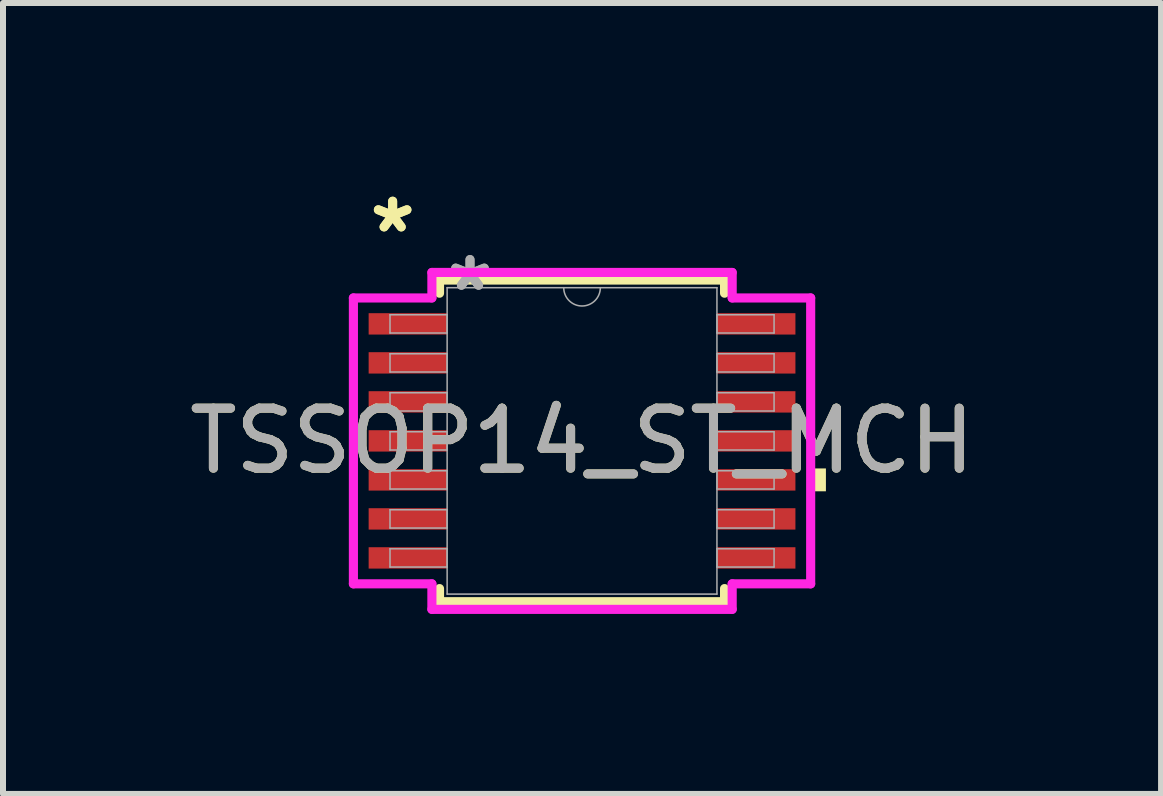
<source format=kicad_pcb>
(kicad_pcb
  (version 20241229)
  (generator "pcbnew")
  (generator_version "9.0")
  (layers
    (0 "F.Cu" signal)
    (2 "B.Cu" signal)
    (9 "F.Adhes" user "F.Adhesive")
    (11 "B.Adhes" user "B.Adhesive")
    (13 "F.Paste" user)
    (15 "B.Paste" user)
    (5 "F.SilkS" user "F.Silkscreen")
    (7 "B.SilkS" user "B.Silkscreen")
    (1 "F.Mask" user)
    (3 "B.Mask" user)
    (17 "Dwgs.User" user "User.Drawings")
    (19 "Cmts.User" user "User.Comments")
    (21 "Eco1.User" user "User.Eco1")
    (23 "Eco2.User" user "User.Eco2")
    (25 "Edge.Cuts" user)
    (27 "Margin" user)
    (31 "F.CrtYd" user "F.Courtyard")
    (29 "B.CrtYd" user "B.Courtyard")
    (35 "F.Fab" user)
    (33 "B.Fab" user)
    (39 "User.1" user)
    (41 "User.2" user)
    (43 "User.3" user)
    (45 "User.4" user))
  (footprint "TSSOP14_ST_MCH"
    (layer "F.Cu")
    (at 6.649 4.297)
    (property "Reference" "TSSOP14_ST_MCH" (at 0 0 0) (unlocked yes) (layer "F.SilkS") (effects (font (size 1 1) (thickness 0.15))))
    (attr smd)
    (fp_line (start -2.375 -2.68) (end -2.375 -2.461) (stroke (width 0.152) (type solid)) (layer "F.SilkS"))
    (fp_line (start -2.375 2.461) (end -2.375 2.68) (stroke (width 0.152) (type solid)) (layer "F.SilkS"))
    (fp_line (start -2.375 2.68) (end 2.375 2.68) (stroke (width 0.152) (type solid)) (layer "F.SilkS"))
    (fp_line (start 2.375 -2.68) (end -2.375 -2.68) (stroke (width 0.152) (type solid)) (layer "F.SilkS"))
    (fp_line (start 2.375 -2.461) (end 2.375 -2.68) (stroke (width 0.152) (type solid)) (layer "F.SilkS"))
    (fp_line (start 2.375 2.68) (end 2.375 2.461) (stroke (width 0.152) (type solid)) (layer "F.SilkS"))
    (fp_poly (pts (xy 4.064 0.459) (xy 4.064 0.84) (xy 3.81 0.84) (xy 3.81 0.459)) (stroke (width 0) (type solid)) (fill yes) (layer "F.SilkS"))
    (fp_line (start -3.81 -2.382) (end -2.502 -2.382) (stroke (width 0.152) (type solid)) (layer "F.CrtYd"))
    (fp_line (start -3.81 2.382) (end -3.81 -2.382) (stroke (width 0.152) (type solid)) (layer "F.CrtYd"))
    (fp_line (start -3.81 2.382) (end -2.502 2.382) (stroke (width 0.152) (type solid)) (layer "F.CrtYd"))
    (fp_line (start -2.502 -2.807) (end 2.502 -2.807) (stroke (width 0.152) (type solid)) (layer "F.CrtYd"))
    (fp_line (start -2.502 -2.382) (end -2.502 -2.807) (stroke (width 0.152) (type solid)) (layer "F.CrtYd"))
    (fp_line (start -2.502 2.807) (end -2.502 2.382) (stroke (width 0.152) (type solid)) (layer "F.CrtYd"))
    (fp_line (start 2.502 -2.807) (end 2.502 -2.382) (stroke (width 0.152) (type solid)) (layer "F.CrtYd"))
    (fp_line (start 2.502 2.382) (end 2.502 2.807) (stroke (width 0.152) (type solid)) (layer "F.CrtYd"))
    (fp_line (start 2.502 2.807) (end -2.502 2.807) (stroke (width 0.152) (type solid)) (layer "F.CrtYd"))
    (fp_line (start 3.81 -2.382) (end 2.502 -2.382) (stroke (width 0.152) (type solid)) (layer "F.CrtYd"))
    (fp_line (start 3.81 -2.382) (end 3.81 2.382) (stroke (width 0.152) (type solid)) (layer "F.CrtYd"))
    (fp_line (start 3.81 2.382) (end 2.502 2.382) (stroke (width 0.152) (type solid)) (layer "F.CrtYd"))
    (fp_line (start -3.2 -2.102) (end -3.2 -1.798) (stroke (width 0.025) (type solid)) (layer "F.Fab"))
    (fp_line (start -3.2 -1.798) (end -2.248 -1.798) (stroke (width 0.025) (type solid)) (layer "F.Fab"))
    (fp_line (start -3.2 -1.452) (end -3.2 -1.148) (stroke (width 0.025) (type solid)) (layer "F.Fab"))
    (fp_line (start -3.2 -1.148) (end -2.248 -1.148) (stroke (width 0.025) (type solid)) (layer "F.Fab"))
    (fp_line (start -3.2 -0.802) (end -3.2 -0.498) (stroke (width 0.025) (type solid)) (layer "F.Fab"))
    (fp_line (start -3.2 -0.498) (end -2.248 -0.498) (stroke (width 0.025) (type solid)) (layer "F.Fab"))
    (fp_line (start -3.2 -0.152) (end -3.2 0.152) (stroke (width 0.025) (type solid)) (layer "F.Fab"))
    (fp_line (start -3.2 0.152) (end -2.248 0.152) (stroke (width 0.025) (type solid)) (layer "F.Fab"))
    (fp_line (start -3.2 0.498) (end -3.2 0.802) (stroke (width 0.025) (type solid)) (layer "F.Fab"))
    (fp_line (start -3.2 0.802) (end -2.248 0.802) (stroke (width 0.025) (type solid)) (layer "F.Fab"))
    (fp_line (start -3.2 1.148) (end -3.2 1.452) (stroke (width 0.025) (type solid)) (layer "F.Fab"))
    (fp_line (start -3.2 1.452) (end -2.248 1.452) (stroke (width 0.025) (type solid)) (layer "F.Fab"))
    (fp_line (start -3.2 1.798) (end -3.2 2.102) (stroke (width 0.025) (type solid)) (layer "F.Fab"))
    (fp_line (start -3.2 2.102) (end -2.248 2.102) (stroke (width 0.025) (type solid)) (layer "F.Fab"))
    (fp_line (start -2.248 -2.553) (end -2.248 2.553) (stroke (width 0.025) (type solid)) (layer "F.Fab"))
    (fp_line (start -2.248 -2.102) (end -3.2 -2.102) (stroke (width 0.025) (type solid)) (layer "F.Fab"))
    (fp_line (start -2.248 -1.798) (end -2.248 -2.102) (stroke (width 0.025) (type solid)) (layer "F.Fab"))
    (fp_line (start -2.248 -1.452) (end -3.2 -1.452) (stroke (width 0.025) (type solid)) (layer "F.Fab"))
    (fp_line (start -2.248 -1.148) (end -2.248 -1.452) (stroke (width 0.025) (type solid)) (layer "F.Fab"))
    (fp_line (start -2.248 -0.802) (end -3.2 -0.802) (stroke (width 0.025) (type solid)) (layer "F.Fab"))
    (fp_line (start -2.248 -0.498) (end -2.248 -0.802) (stroke (width 0.025) (type solid)) (layer "F.Fab"))
    (fp_line (start -2.248 -0.152) (end -3.2 -0.152) (stroke (width 0.025) (type solid)) (layer "F.Fab"))
    (fp_line (start -2.248 0.152) (end -2.248 -0.152) (stroke (width 0.025) (type solid)) (layer "F.Fab"))
    (fp_line (start -2.248 0.498) (end -3.2 0.498) (stroke (width 0.025) (type solid)) (layer "F.Fab"))
    (fp_line (start -2.248 0.802) (end -2.248 0.498) (stroke (width 0.025) (type solid)) (layer "F.Fab"))
    (fp_line (start -2.248 1.148) (end -3.2 1.148) (stroke (width 0.025) (type solid)) (layer "F.Fab"))
    (fp_line (start -2.248 1.452) (end -2.248 1.148) (stroke (width 0.025) (type solid)) (layer "F.Fab"))
    (fp_line (start -2.248 1.798) (end -3.2 1.798) (stroke (width 0.025) (type solid)) (layer "F.Fab"))
    (fp_line (start -2.248 2.102) (end -2.248 1.798) (stroke (width 0.025) (type solid)) (layer "F.Fab"))
    (fp_line (start -2.248 2.553) (end 2.248 2.553) (stroke (width 0.025) (type solid)) (layer "F.Fab"))
    (fp_line (start 2.248 -2.553) (end -2.248 -2.553) (stroke (width 0.025) (type solid)) (layer "F.Fab"))
    (fp_line (start 2.248 -2.102) (end 2.248 -1.798) (stroke (width 0.025) (type solid)) (layer "F.Fab"))
    (fp_line (start 2.248 -1.798) (end 3.2 -1.798) (stroke (width 0.025) (type solid)) (layer "F.Fab"))
    (fp_line (start 2.248 -1.452) (end 2.248 -1.148) (stroke (width 0.025) (type solid)) (layer "F.Fab"))
    (fp_line (start 2.248 -1.148) (end 3.2 -1.148) (stroke (width 0.025) (type solid)) (layer "F.Fab"))
    (fp_line (start 2.248 -0.802) (end 2.248 -0.498) (stroke (width 0.025) (type solid)) (layer "F.Fab"))
    (fp_line (start 2.248 -0.498) (end 3.2 -0.498) (stroke (width 0.025) (type solid)) (layer "F.Fab"))
    (fp_line (start 2.248 -0.152) (end 2.248 0.152) (stroke (width 0.025) (type solid)) (layer "F.Fab"))
    (fp_line (start 2.248 0.152) (end 3.2 0.152) (stroke (width 0.025) (type solid)) (layer "F.Fab"))
    (fp_line (start 2.248 0.498) (end 2.248 0.802) (stroke (width 0.025) (type solid)) (layer "F.Fab"))
    (fp_line (start 2.248 0.802) (end 3.2 0.802) (stroke (width 0.025) (type solid)) (layer "F.Fab"))
    (fp_line (start 2.248 1.148) (end 2.248 1.452) (stroke (width 0.025) (type solid)) (layer "F.Fab"))
    (fp_line (start 2.248 1.452) (end 3.2 1.452) (stroke (width 0.025) (type solid)) (layer "F.Fab"))
    (fp_line (start 2.248 1.798) (end 2.248 2.102) (stroke (width 0.025) (type solid)) (layer "F.Fab"))
    (fp_line (start 2.248 2.102) (end 3.2 2.102) (stroke (width 0.025) (type solid)) (layer "F.Fab"))
    (fp_line (start 2.248 2.553) (end 2.248 -2.553) (stroke (width 0.025) (type solid)) (layer "F.Fab"))
    (fp_line (start 3.2 -2.102) (end 2.248 -2.102) (stroke (width 0.025) (type solid)) (layer "F.Fab"))
    (fp_line (start 3.2 -1.798) (end 3.2 -2.102) (stroke (width 0.025) (type solid)) (layer "F.Fab"))
    (fp_line (start 3.2 -1.452) (end 2.248 -1.452) (stroke (width 0.025) (type solid)) (layer "F.Fab"))
    (fp_line (start 3.2 -1.148) (end 3.2 -1.452) (stroke (width 0.025) (type solid)) (layer "F.Fab"))
    (fp_line (start 3.2 -0.802) (end 2.248 -0.802) (stroke (width 0.025) (type solid)) (layer "F.Fab"))
    (fp_line (start 3.2 -0.498) (end 3.2 -0.802) (stroke (width 0.025) (type solid)) (layer "F.Fab"))
    (fp_line (start 3.2 -0.152) (end 2.248 -0.152) (stroke (width 0.025) (type solid)) (layer "F.Fab"))
    (fp_line (start 3.2 0.152) (end 3.2 -0.152) (stroke (width 0.025) (type solid)) (layer "F.Fab"))
    (fp_line (start 3.2 0.498) (end 2.248 0.498) (stroke (width 0.025) (type solid)) (layer "F.Fab"))
    (fp_line (start 3.2 0.802) (end 3.2 0.498) (stroke (width 0.025) (type solid)) (layer "F.Fab"))
    (fp_line (start 3.2 1.148) (end 2.248 1.148) (stroke (width 0.025) (type solid)) (layer "F.Fab"))
    (fp_line (start 3.2 1.452) (end 3.2 1.148) (stroke (width 0.025) (type solid)) (layer "F.Fab"))
    (fp_line (start 3.2 1.798) (end 2.248 1.798) (stroke (width 0.025) (type solid)) (layer "F.Fab"))
    (fp_line (start 3.2 2.102) (end 3.2 1.798) (stroke (width 0.025) (type solid)) (layer "F.Fab"))
    (fp_arc (start 0.3048 -2.5527) (mid 0 -2.2479) (end -0.3048 -2.5527) (stroke (width 0.0254) (type solid)) (layer "F.Fab"))
    (fp_text user "*" (at -3.156 -3.449 0) (layer "F.SilkS") (effects (font (size 1 1) (thickness 0.15))))
    (fp_text user "*" (at -3.156 -3.449 0) (unlocked yes) (layer "F.SilkS") (effects (font (size 1 1) (thickness 0.15))))
    (fp_text user "*" (at -1.867 -2.477 0) (unlocked yes) (layer "F.Fab") (effects (font (size 1 1) (thickness 0.15))))
    (fp_text user "*" (at -1.867 -2.477 0) (layer "F.Fab") (effects (font (size 1 1) (thickness 0.15))))
    (fp_text user "${REFERENCE}" (at 0 0 0) (unlocked yes) (layer "F.Fab") (effects (font (size 1 1) (thickness 0.15))))
    (pad "1" smd rect (at -2.902 -1.95) (size 1.308 0.356) (layers "F.Cu" "F.Mask" "F.Paste"))
    (pad "2" smd rect (at -2.902 -1.3) (size 1.308 0.356) (layers "F.Cu" "F.Mask" "F.Paste"))
    (pad "3" smd rect (at -2.902 -0.65) (size 1.308 0.356) (layers "F.Cu" "F.Mask" "F.Paste"))
    (pad "4" smd rect (at -2.902 0) (size 1.308 0.356) (layers "F.Cu" "F.Mask" "F.Paste"))
    (pad "5" smd rect (at -2.902 0.65) (size 1.308 0.356) (layers "F.Cu" "F.Mask" "F.Paste"))
    (pad "6" smd rect (at -2.902 1.3) (size 1.308 0.356) (layers "F.Cu" "F.Mask" "F.Paste"))
    (pad "7" smd rect (at -2.902 1.95) (size 1.308 0.356) (layers "F.Cu" "F.Mask" "F.Paste"))
    (pad "8" smd rect (at 2.902 1.95) (size 1.308 0.356) (layers "F.Cu" "F.Mask" "F.Paste"))
    (pad "9" smd rect (at 2.902 1.3) (size 1.308 0.356) (layers "F.Cu" "F.Mask" "F.Paste"))
    (pad "10" smd rect (at 2.902 0.65) (size 1.308 0.356) (layers "F.Cu" "F.Mask" "F.Paste"))
    (pad "11" smd rect (at 2.902 0) (size 1.308 0.356) (layers "F.Cu" "F.Mask" "F.Paste"))
    (pad "12" smd rect (at 2.902 -0.65) (size 1.308 0.356) (layers "F.Cu" "F.Mask" "F.Paste"))
    (pad "13" smd rect (at 2.902 -1.3) (size 1.308 0.356) (layers "F.Cu" "F.Mask" "F.Paste"))
    (pad "14" smd rect (at 2.902 -1.95) (size 1.308 0.356) (layers "F.Cu" "F.Mask" "F.Paste")))
  (gr_rect
    (start -3 -3)
    (end 16.298 10.18)
    (stroke (width 0.1) (type default))
    (fill no)
    (layer "Edge.Cuts")))
</source>
